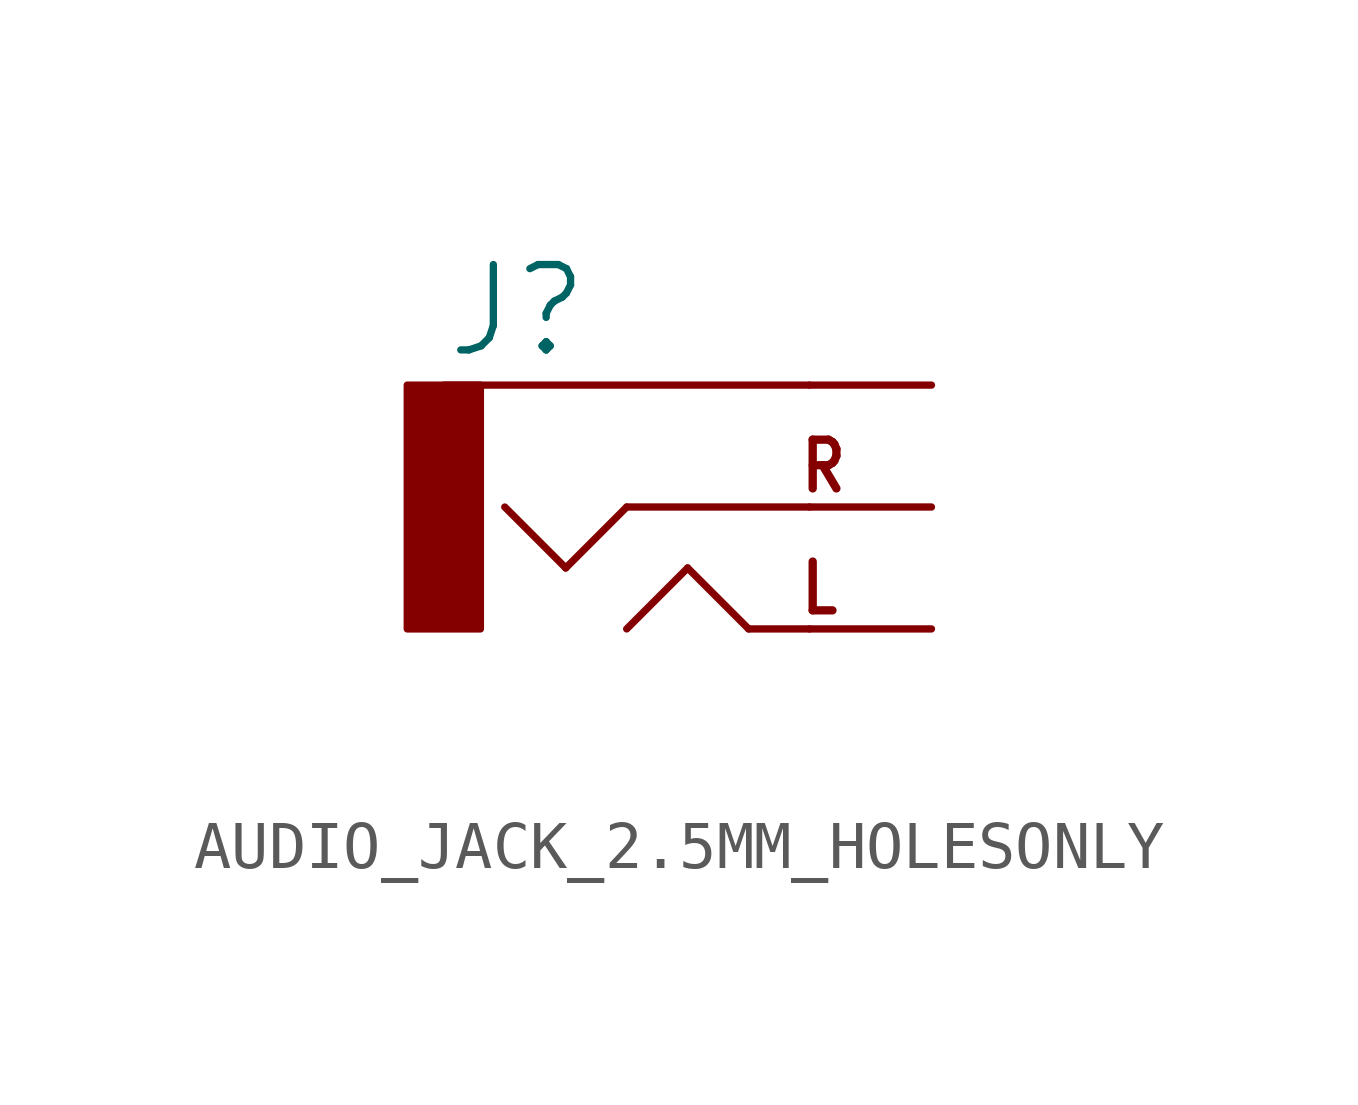
<source format=kicad_sym>
(kicad_symbol_lib
  (version 20231120)
  (generator "kicad_symbol_editor")
  (generator_version "8.0")
  (symbol "AUDIO_JACK_2.5MM_HOLESONLY"
    (property "Reference" "J"
      (at -5.08 3.048 0)
      (effects (font (size 1.778 1.778)) (justify left bottom)))
    (property "Value" ""
      (at -5.08 -5.08 0)
      (effects (font (size 1.778 1.778)) (justify left bottom)))
    (property "ki_locked" ""
      (at 0 0 0)
      (effects (font (size 1.27 1.27))))
    (symbol "AUDIO_JACK_2.5MM_HOLESONLY_1_0"
      (rectangle (start -5.842 2.54) (end -4.318 -2.54) (stroke (width 0) (type default)) (fill (type outline)))
      (polyline (pts (xy -2.54 -1.27) (xy -3.81 0)) (stroke (width 0.152) (type solid)) (fill (type none)))
      (polyline (pts (xy -1.27 -2.54) (xy 0 -1.27)) (stroke (width 0.152) (type solid)) (fill (type none)))
      (polyline (pts (xy -1.27 0) (xy -2.54 -1.27)) (stroke (width 0.152) (type solid)) (fill (type none)))
      (polyline (pts (xy 0 -1.27) (xy 1.27 -2.54)) (stroke (width 0.152) (type solid)) (fill (type none)))
      (polyline (pts (xy 1.27 -2.54) (xy 2.54 -2.54)) (stroke (width 0.152) (type solid)) (fill (type none)))
      (polyline (pts (xy 2.54 0) (xy -1.27 0)) (stroke (width 0.152) (type solid)) (fill (type none)))
      (polyline (pts (xy 2.54 2.54) (xy -5.08 2.54)) (stroke (width 0.152) (type solid)) (fill (type none)))
      (text "L" (at 2.286 -2.286 0) (effects (font (size 1.016 0.864) (thickness 0.173) (bold yes)) (justify left bottom)))
      (text "R" (at 2.286 0.254 0) (effects (font (size 1.016 0.864) (thickness 0.173) (bold yes)) (justify left bottom)))
      (pin bidirectional line (at 5.08 2.54 180) (length 2.54) (name "SLEEVE" (effects (font (size 0 0)))) (number "RING1" (effects (font (size 0 0)))))
      (pin bidirectional line (at 5.08 -2.54 180) (length 2.54) (name "LEFT" (effects (font (size 0 0)))) (number "SHIELD" (effects (font (size 0 0)))))
      (pin bidirectional line (at 5.08 0 180) (length 2.54) (name "RIGHT" (effects (font (size 0 0)))) (number "TIP" (effects (font (size 0 0))))))))
</source>
